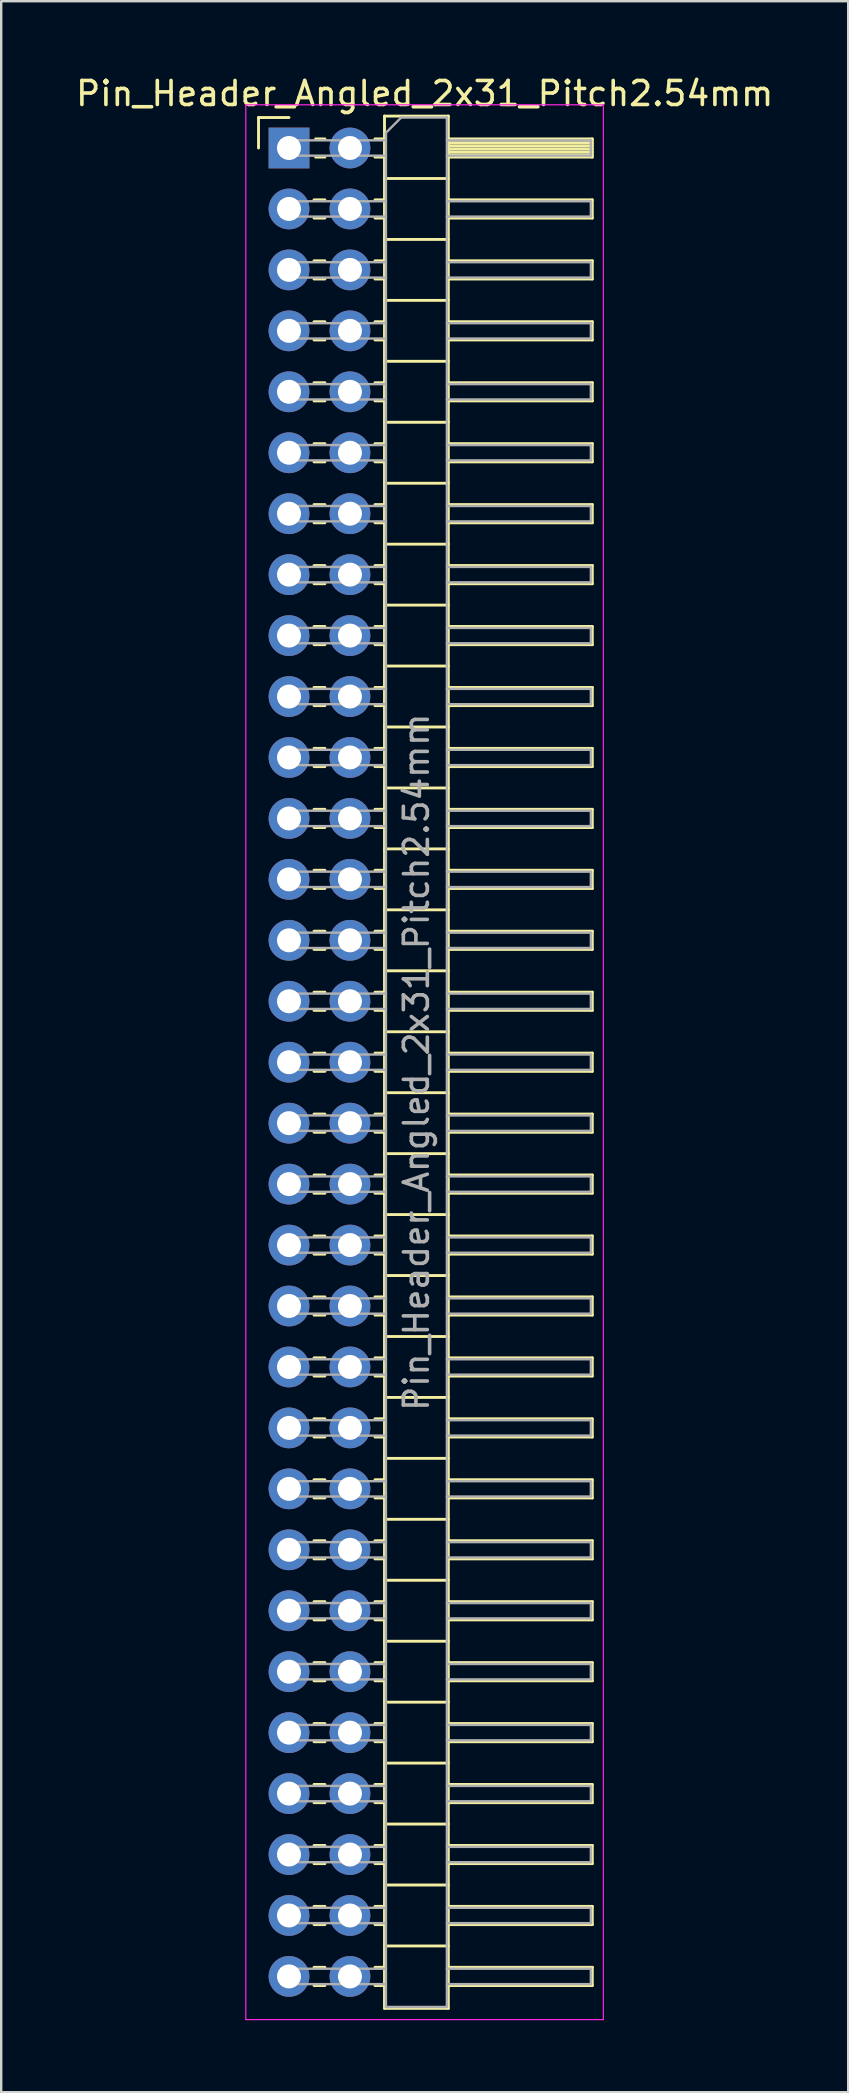
<source format=kicad_pcb>
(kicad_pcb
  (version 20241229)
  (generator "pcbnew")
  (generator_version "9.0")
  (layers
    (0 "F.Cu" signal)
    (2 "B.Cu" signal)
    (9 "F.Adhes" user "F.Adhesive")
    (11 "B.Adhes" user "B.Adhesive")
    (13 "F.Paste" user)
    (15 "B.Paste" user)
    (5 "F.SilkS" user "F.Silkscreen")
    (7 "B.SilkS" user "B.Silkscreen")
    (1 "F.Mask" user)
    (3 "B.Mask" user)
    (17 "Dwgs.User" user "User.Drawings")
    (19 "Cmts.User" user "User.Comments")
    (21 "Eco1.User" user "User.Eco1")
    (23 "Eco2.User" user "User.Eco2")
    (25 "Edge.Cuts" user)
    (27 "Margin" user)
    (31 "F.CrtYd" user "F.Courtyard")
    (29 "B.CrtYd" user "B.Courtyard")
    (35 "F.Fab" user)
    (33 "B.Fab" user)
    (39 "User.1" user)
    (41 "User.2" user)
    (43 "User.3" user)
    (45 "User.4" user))
  (footprint "Pin_Header_Angled_2x31_Pitch2.54mm"
    (layer "F.Cu")
    (at 8.994 3.118)
    (property "Reference" "Pin_Header_Angled_2x31_Pitch2.54mm" (at 5.655 -2.27 0) (layer "F.SilkS") (effects (font (size 1 1) (thickness 0.15))))
    (attr through_hole)
    (fp_line (start -1.27 -1.27) (end 0 -1.27) (stroke (width 0.12) (type solid)) (layer "F.SilkS"))
    (fp_line (start -1.27 0) (end -1.27 -1.27) (stroke (width 0.12) (type solid)) (layer "F.SilkS"))
    (fp_line (start 1.043 2.16) (end 1.497 2.16) (stroke (width 0.12) (type solid)) (layer "F.SilkS"))
    (fp_line (start 1.043 2.92) (end 1.497 2.92) (stroke (width 0.12) (type solid)) (layer "F.SilkS"))
    (fp_line (start 1.043 4.7) (end 1.497 4.7) (stroke (width 0.12) (type solid)) (layer "F.SilkS"))
    (fp_line (start 1.043 5.46) (end 1.497 5.46) (stroke (width 0.12) (type solid)) (layer "F.SilkS"))
    (fp_line (start 1.043 7.24) (end 1.497 7.24) (stroke (width 0.12) (type solid)) (layer "F.SilkS"))
    (fp_line (start 1.043 8) (end 1.497 8) (stroke (width 0.12) (type solid)) (layer "F.SilkS"))
    (fp_line (start 1.043 9.78) (end 1.497 9.78) (stroke (width 0.12) (type solid)) (layer "F.SilkS"))
    (fp_line (start 1.043 10.54) (end 1.497 10.54) (stroke (width 0.12) (type solid)) (layer "F.SilkS"))
    (fp_line (start 1.043 12.32) (end 1.497 12.32) (stroke (width 0.12) (type solid)) (layer "F.SilkS"))
    (fp_line (start 1.043 13.08) (end 1.497 13.08) (stroke (width 0.12) (type solid)) (layer "F.SilkS"))
    (fp_line (start 1.043 14.86) (end 1.497 14.86) (stroke (width 0.12) (type solid)) (layer "F.SilkS"))
    (fp_line (start 1.043 15.62) (end 1.497 15.62) (stroke (width 0.12) (type solid)) (layer "F.SilkS"))
    (fp_line (start 1.043 17.4) (end 1.497 17.4) (stroke (width 0.12) (type solid)) (layer "F.SilkS"))
    (fp_line (start 1.043 18.16) (end 1.497 18.16) (stroke (width 0.12) (type solid)) (layer "F.SilkS"))
    (fp_line (start 1.043 19.94) (end 1.497 19.94) (stroke (width 0.12) (type solid)) (layer "F.SilkS"))
    (fp_line (start 1.043 20.7) (end 1.497 20.7) (stroke (width 0.12) (type solid)) (layer "F.SilkS"))
    (fp_line (start 1.043 22.48) (end 1.497 22.48) (stroke (width 0.12) (type solid)) (layer "F.SilkS"))
    (fp_line (start 1.043 23.24) (end 1.497 23.24) (stroke (width 0.12) (type solid)) (layer "F.SilkS"))
    (fp_line (start 1.043 25.02) (end 1.497 25.02) (stroke (width 0.12) (type solid)) (layer "F.SilkS"))
    (fp_line (start 1.043 25.78) (end 1.497 25.78) (stroke (width 0.12) (type solid)) (layer "F.SilkS"))
    (fp_line (start 1.043 27.56) (end 1.497 27.56) (stroke (width 0.12) (type solid)) (layer "F.SilkS"))
    (fp_line (start 1.043 28.32) (end 1.497 28.32) (stroke (width 0.12) (type solid)) (layer "F.SilkS"))
    (fp_line (start 1.043 30.1) (end 1.497 30.1) (stroke (width 0.12) (type solid)) (layer "F.SilkS"))
    (fp_line (start 1.043 30.86) (end 1.497 30.86) (stroke (width 0.12) (type solid)) (layer "F.SilkS"))
    (fp_line (start 1.043 32.64) (end 1.497 32.64) (stroke (width 0.12) (type solid)) (layer "F.SilkS"))
    (fp_line (start 1.043 33.4) (end 1.497 33.4) (stroke (width 0.12) (type solid)) (layer "F.SilkS"))
    (fp_line (start 1.043 35.18) (end 1.497 35.18) (stroke (width 0.12) (type solid)) (layer "F.SilkS"))
    (fp_line (start 1.043 35.94) (end 1.497 35.94) (stroke (width 0.12) (type solid)) (layer "F.SilkS"))
    (fp_line (start 1.043 37.72) (end 1.497 37.72) (stroke (width 0.12) (type solid)) (layer "F.SilkS"))
    (fp_line (start 1.043 38.48) (end 1.497 38.48) (stroke (width 0.12) (type solid)) (layer "F.SilkS"))
    (fp_line (start 1.043 40.26) (end 1.497 40.26) (stroke (width 0.12) (type solid)) (layer "F.SilkS"))
    (fp_line (start 1.043 41.02) (end 1.497 41.02) (stroke (width 0.12) (type solid)) (layer "F.SilkS"))
    (fp_line (start 1.043 42.8) (end 1.497 42.8) (stroke (width 0.12) (type solid)) (layer "F.SilkS"))
    (fp_line (start 1.043 43.56) (end 1.497 43.56) (stroke (width 0.12) (type solid)) (layer "F.SilkS"))
    (fp_line (start 1.043 45.34) (end 1.497 45.34) (stroke (width 0.12) (type solid)) (layer "F.SilkS"))
    (fp_line (start 1.043 46.1) (end 1.497 46.1) (stroke (width 0.12) (type solid)) (layer "F.SilkS"))
    (fp_line (start 1.043 47.88) (end 1.497 47.88) (stroke (width 0.12) (type solid)) (layer "F.SilkS"))
    (fp_line (start 1.043 48.64) (end 1.497 48.64) (stroke (width 0.12) (type solid)) (layer "F.SilkS"))
    (fp_line (start 1.043 50.42) (end 1.497 50.42) (stroke (width 0.12) (type solid)) (layer "F.SilkS"))
    (fp_line (start 1.043 51.18) (end 1.497 51.18) (stroke (width 0.12) (type solid)) (layer "F.SilkS"))
    (fp_line (start 1.043 52.96) (end 1.497 52.96) (stroke (width 0.12) (type solid)) (layer "F.SilkS"))
    (fp_line (start 1.043 53.72) (end 1.497 53.72) (stroke (width 0.12) (type solid)) (layer "F.SilkS"))
    (fp_line (start 1.043 55.5) (end 1.497 55.5) (stroke (width 0.12) (type solid)) (layer "F.SilkS"))
    (fp_line (start 1.043 56.26) (end 1.497 56.26) (stroke (width 0.12) (type solid)) (layer "F.SilkS"))
    (fp_line (start 1.043 58.04) (end 1.497 58.04) (stroke (width 0.12) (type solid)) (layer "F.SilkS"))
    (fp_line (start 1.043 58.8) (end 1.497 58.8) (stroke (width 0.12) (type solid)) (layer "F.SilkS"))
    (fp_line (start 1.043 60.58) (end 1.497 60.58) (stroke (width 0.12) (type solid)) (layer "F.SilkS"))
    (fp_line (start 1.043 61.34) (end 1.497 61.34) (stroke (width 0.12) (type solid)) (layer "F.SilkS"))
    (fp_line (start 1.043 63.12) (end 1.497 63.12) (stroke (width 0.12) (type solid)) (layer "F.SilkS"))
    (fp_line (start 1.043 63.88) (end 1.497 63.88) (stroke (width 0.12) (type solid)) (layer "F.SilkS"))
    (fp_line (start 1.043 65.66) (end 1.497 65.66) (stroke (width 0.12) (type solid)) (layer "F.SilkS"))
    (fp_line (start 1.043 66.42) (end 1.497 66.42) (stroke (width 0.12) (type solid)) (layer "F.SilkS"))
    (fp_line (start 1.043 68.2) (end 1.497 68.2) (stroke (width 0.12) (type solid)) (layer "F.SilkS"))
    (fp_line (start 1.043 68.96) (end 1.497 68.96) (stroke (width 0.12) (type solid)) (layer "F.SilkS"))
    (fp_line (start 1.043 70.74) (end 1.497 70.74) (stroke (width 0.12) (type solid)) (layer "F.SilkS"))
    (fp_line (start 1.043 71.5) (end 1.497 71.5) (stroke (width 0.12) (type solid)) (layer "F.SilkS"))
    (fp_line (start 1.043 73.28) (end 1.497 73.28) (stroke (width 0.12) (type solid)) (layer "F.SilkS"))
    (fp_line (start 1.043 74.04) (end 1.497 74.04) (stroke (width 0.12) (type solid)) (layer "F.SilkS"))
    (fp_line (start 1.043 75.82) (end 1.497 75.82) (stroke (width 0.12) (type solid)) (layer "F.SilkS"))
    (fp_line (start 1.043 76.58) (end 1.497 76.58) (stroke (width 0.12) (type solid)) (layer "F.SilkS"))
    (fp_line (start 1.11 -0.38) (end 1.497 -0.38) (stroke (width 0.12) (type solid)) (layer "F.SilkS"))
    (fp_line (start 1.11 0.38) (end 1.497 0.38) (stroke (width 0.12) (type solid)) (layer "F.SilkS"))
    (fp_line (start 3.583 -0.38) (end 3.98 -0.38) (stroke (width 0.12) (type solid)) (layer "F.SilkS"))
    (fp_line (start 3.583 0.38) (end 3.98 0.38) (stroke (width 0.12) (type solid)) (layer "F.SilkS"))
    (fp_line (start 3.583 2.16) (end 3.98 2.16) (stroke (width 0.12) (type solid)) (layer "F.SilkS"))
    (fp_line (start 3.583 2.92) (end 3.98 2.92) (stroke (width 0.12) (type solid)) (layer "F.SilkS"))
    (fp_line (start 3.583 4.7) (end 3.98 4.7) (stroke (width 0.12) (type solid)) (layer "F.SilkS"))
    (fp_line (start 3.583 5.46) (end 3.98 5.46) (stroke (width 0.12) (type solid)) (layer "F.SilkS"))
    (fp_line (start 3.583 7.24) (end 3.98 7.24) (stroke (width 0.12) (type solid)) (layer "F.SilkS"))
    (fp_line (start 3.583 8) (end 3.98 8) (stroke (width 0.12) (type solid)) (layer "F.SilkS"))
    (fp_line (start 3.583 9.78) (end 3.98 9.78) (stroke (width 0.12) (type solid)) (layer "F.SilkS"))
    (fp_line (start 3.583 10.54) (end 3.98 10.54) (stroke (width 0.12) (type solid)) (layer "F.SilkS"))
    (fp_line (start 3.583 12.32) (end 3.98 12.32) (stroke (width 0.12) (type solid)) (layer "F.SilkS"))
    (fp_line (start 3.583 13.08) (end 3.98 13.08) (stroke (width 0.12) (type solid)) (layer "F.SilkS"))
    (fp_line (start 3.583 14.86) (end 3.98 14.86) (stroke (width 0.12) (type solid)) (layer "F.SilkS"))
    (fp_line (start 3.583 15.62) (end 3.98 15.62) (stroke (width 0.12) (type solid)) (layer "F.SilkS"))
    (fp_line (start 3.583 17.4) (end 3.98 17.4) (stroke (width 0.12) (type solid)) (layer "F.SilkS"))
    (fp_line (start 3.583 18.16) (end 3.98 18.16) (stroke (width 0.12) (type solid)) (layer "F.SilkS"))
    (fp_line (start 3.583 19.94) (end 3.98 19.94) (stroke (width 0.12) (type solid)) (layer "F.SilkS"))
    (fp_line (start 3.583 20.7) (end 3.98 20.7) (stroke (width 0.12) (type solid)) (layer "F.SilkS"))
    (fp_line (start 3.583 22.48) (end 3.98 22.48) (stroke (width 0.12) (type solid)) (layer "F.SilkS"))
    (fp_line (start 3.583 23.24) (end 3.98 23.24) (stroke (width 0.12) (type solid)) (layer "F.SilkS"))
    (fp_line (start 3.583 25.02) (end 3.98 25.02) (stroke (width 0.12) (type solid)) (layer "F.SilkS"))
    (fp_line (start 3.583 25.78) (end 3.98 25.78) (stroke (width 0.12) (type solid)) (layer "F.SilkS"))
    (fp_line (start 3.583 27.56) (end 3.98 27.56) (stroke (width 0.12) (type solid)) (layer "F.SilkS"))
    (fp_line (start 3.583 28.32) (end 3.98 28.32) (stroke (width 0.12) (type solid)) (layer "F.SilkS"))
    (fp_line (start 3.583 30.1) (end 3.98 30.1) (stroke (width 0.12) (type solid)) (layer "F.SilkS"))
    (fp_line (start 3.583 30.86) (end 3.98 30.86) (stroke (width 0.12) (type solid)) (layer "F.SilkS"))
    (fp_line (start 3.583 32.64) (end 3.98 32.64) (stroke (width 0.12) (type solid)) (layer "F.SilkS"))
    (fp_line (start 3.583 33.4) (end 3.98 33.4) (stroke (width 0.12) (type solid)) (layer "F.SilkS"))
    (fp_line (start 3.583 35.18) (end 3.98 35.18) (stroke (width 0.12) (type solid)) (layer "F.SilkS"))
    (fp_line (start 3.583 35.94) (end 3.98 35.94) (stroke (width 0.12) (type solid)) (layer "F.SilkS"))
    (fp_line (start 3.583 37.72) (end 3.98 37.72) (stroke (width 0.12) (type solid)) (layer "F.SilkS"))
    (fp_line (start 3.583 38.48) (end 3.98 38.48) (stroke (width 0.12) (type solid)) (layer "F.SilkS"))
    (fp_line (start 3.583 40.26) (end 3.98 40.26) (stroke (width 0.12) (type solid)) (layer "F.SilkS"))
    (fp_line (start 3.583 41.02) (end 3.98 41.02) (stroke (width 0.12) (type solid)) (layer "F.SilkS"))
    (fp_line (start 3.583 42.8) (end 3.98 42.8) (stroke (width 0.12) (type solid)) (layer "F.SilkS"))
    (fp_line (start 3.583 43.56) (end 3.98 43.56) (stroke (width 0.12) (type solid)) (layer "F.SilkS"))
    (fp_line (start 3.583 45.34) (end 3.98 45.34) (stroke (width 0.12) (type solid)) (layer "F.SilkS"))
    (fp_line (start 3.583 46.1) (end 3.98 46.1) (stroke (width 0.12) (type solid)) (layer "F.SilkS"))
    (fp_line (start 3.583 47.88) (end 3.98 47.88) (stroke (width 0.12) (type solid)) (layer "F.SilkS"))
    (fp_line (start 3.583 48.64) (end 3.98 48.64) (stroke (width 0.12) (type solid)) (layer "F.SilkS"))
    (fp_line (start 3.583 50.42) (end 3.98 50.42) (stroke (width 0.12) (type solid)) (layer "F.SilkS"))
    (fp_line (start 3.583 51.18) (end 3.98 51.18) (stroke (width 0.12) (type solid)) (layer "F.SilkS"))
    (fp_line (start 3.583 52.96) (end 3.98 52.96) (stroke (width 0.12) (type solid)) (layer "F.SilkS"))
    (fp_line (start 3.583 53.72) (end 3.98 53.72) (stroke (width 0.12) (type solid)) (layer "F.SilkS"))
    (fp_line (start 3.583 55.5) (end 3.98 55.5) (stroke (width 0.12) (type solid)) (layer "F.SilkS"))
    (fp_line (start 3.583 56.26) (end 3.98 56.26) (stroke (width 0.12) (type solid)) (layer "F.SilkS"))
    (fp_line (start 3.583 58.04) (end 3.98 58.04) (stroke (width 0.12) (type solid)) (layer "F.SilkS"))
    (fp_line (start 3.583 58.8) (end 3.98 58.8) (stroke (width 0.12) (type solid)) (layer "F.SilkS"))
    (fp_line (start 3.583 60.58) (end 3.98 60.58) (stroke (width 0.12) (type solid)) (layer "F.SilkS"))
    (fp_line (start 3.583 61.34) (end 3.98 61.34) (stroke (width 0.12) (type solid)) (layer "F.SilkS"))
    (fp_line (start 3.583 63.12) (end 3.98 63.12) (stroke (width 0.12) (type solid)) (layer "F.SilkS"))
    (fp_line (start 3.583 63.88) (end 3.98 63.88) (stroke (width 0.12) (type solid)) (layer "F.SilkS"))
    (fp_line (start 3.583 65.66) (end 3.98 65.66) (stroke (width 0.12) (type solid)) (layer "F.SilkS"))
    (fp_line (start 3.583 66.42) (end 3.98 66.42) (stroke (width 0.12) (type solid)) (layer "F.SilkS"))
    (fp_line (start 3.583 68.2) (end 3.98 68.2) (stroke (width 0.12) (type solid)) (layer "F.SilkS"))
    (fp_line (start 3.583 68.96) (end 3.98 68.96) (stroke (width 0.12) (type solid)) (layer "F.SilkS"))
    (fp_line (start 3.583 70.74) (end 3.98 70.74) (stroke (width 0.12) (type solid)) (layer "F.SilkS"))
    (fp_line (start 3.583 71.5) (end 3.98 71.5) (stroke (width 0.12) (type solid)) (layer "F.SilkS"))
    (fp_line (start 3.583 73.28) (end 3.98 73.28) (stroke (width 0.12) (type solid)) (layer "F.SilkS"))
    (fp_line (start 3.583 74.04) (end 3.98 74.04) (stroke (width 0.12) (type solid)) (layer "F.SilkS"))
    (fp_line (start 3.583 75.82) (end 3.98 75.82) (stroke (width 0.12) (type solid)) (layer "F.SilkS"))
    (fp_line (start 3.583 76.58) (end 3.98 76.58) (stroke (width 0.12) (type solid)) (layer "F.SilkS"))
    (fp_line (start 3.98 -1.33) (end 3.98 77.53) (stroke (width 0.12) (type solid)) (layer "F.SilkS"))
    (fp_line (start 3.98 1.27) (end 6.64 1.27) (stroke (width 0.12) (type solid)) (layer "F.SilkS"))
    (fp_line (start 3.98 3.81) (end 6.64 3.81) (stroke (width 0.12) (type solid)) (layer "F.SilkS"))
    (fp_line (start 3.98 6.35) (end 6.64 6.35) (stroke (width 0.12) (type solid)) (layer "F.SilkS"))
    (fp_line (start 3.98 8.89) (end 6.64 8.89) (stroke (width 0.12) (type solid)) (layer "F.SilkS"))
    (fp_line (start 3.98 11.43) (end 6.64 11.43) (stroke (width 0.12) (type solid)) (layer "F.SilkS"))
    (fp_line (start 3.98 13.97) (end 6.64 13.97) (stroke (width 0.12) (type solid)) (layer "F.SilkS"))
    (fp_line (start 3.98 16.51) (end 6.64 16.51) (stroke (width 0.12) (type solid)) (layer "F.SilkS"))
    (fp_line (start 3.98 19.05) (end 6.64 19.05) (stroke (width 0.12) (type solid)) (layer "F.SilkS"))
    (fp_line (start 3.98 21.59) (end 6.64 21.59) (stroke (width 0.12) (type solid)) (layer "F.SilkS"))
    (fp_line (start 3.98 24.13) (end 6.64 24.13) (stroke (width 0.12) (type solid)) (layer "F.SilkS"))
    (fp_line (start 3.98 26.67) (end 6.64 26.67) (stroke (width 0.12) (type solid)) (layer "F.SilkS"))
    (fp_line (start 3.98 29.21) (end 6.64 29.21) (stroke (width 0.12) (type solid)) (layer "F.SilkS"))
    (fp_line (start 3.98 31.75) (end 6.64 31.75) (stroke (width 0.12) (type solid)) (layer "F.SilkS"))
    (fp_line (start 3.98 34.29) (end 6.64 34.29) (stroke (width 0.12) (type solid)) (layer "F.SilkS"))
    (fp_line (start 3.98 36.83) (end 6.64 36.83) (stroke (width 0.12) (type solid)) (layer "F.SilkS"))
    (fp_line (start 3.98 39.37) (end 6.64 39.37) (stroke (width 0.12) (type solid)) (layer "F.SilkS"))
    (fp_line (start 3.98 41.91) (end 6.64 41.91) (stroke (width 0.12) (type solid)) (layer "F.SilkS"))
    (fp_line (start 3.98 44.45) (end 6.64 44.45) (stroke (width 0.12) (type solid)) (layer "F.SilkS"))
    (fp_line (start 3.98 46.99) (end 6.64 46.99) (stroke (width 0.12) (type solid)) (layer "F.SilkS"))
    (fp_line (start 3.98 49.53) (end 6.64 49.53) (stroke (width 0.12) (type solid)) (layer "F.SilkS"))
    (fp_line (start 3.98 52.07) (end 6.64 52.07) (stroke (width 0.12) (type solid)) (layer "F.SilkS"))
    (fp_line (start 3.98 54.61) (end 6.64 54.61) (stroke (width 0.12) (type solid)) (layer "F.SilkS"))
    (fp_line (start 3.98 57.15) (end 6.64 57.15) (stroke (width 0.12) (type solid)) (layer "F.SilkS"))
    (fp_line (start 3.98 59.69) (end 6.64 59.69) (stroke (width 0.12) (type solid)) (layer "F.SilkS"))
    (fp_line (start 3.98 62.23) (end 6.64 62.23) (stroke (width 0.12) (type solid)) (layer "F.SilkS"))
    (fp_line (start 3.98 64.77) (end 6.64 64.77) (stroke (width 0.12) (type solid)) (layer "F.SilkS"))
    (fp_line (start 3.98 67.31) (end 6.64 67.31) (stroke (width 0.12) (type solid)) (layer "F.SilkS"))
    (fp_line (start 3.98 69.85) (end 6.64 69.85) (stroke (width 0.12) (type solid)) (layer "F.SilkS"))
    (fp_line (start 3.98 72.39) (end 6.64 72.39) (stroke (width 0.12) (type solid)) (layer "F.SilkS"))
    (fp_line (start 3.98 74.93) (end 6.64 74.93) (stroke (width 0.12) (type solid)) (layer "F.SilkS"))
    (fp_line (start 3.98 77.53) (end 6.64 77.53) (stroke (width 0.12) (type solid)) (layer "F.SilkS"))
    (fp_line (start 6.64 -1.33) (end 3.98 -1.33) (stroke (width 0.12) (type solid)) (layer "F.SilkS"))
    (fp_line (start 6.64 -0.38) (end 12.64 -0.38) (stroke (width 0.12) (type solid)) (layer "F.SilkS"))
    (fp_line (start 6.64 -0.32) (end 12.64 -0.32) (stroke (width 0.12) (type solid)) (layer "F.SilkS"))
    (fp_line (start 6.64 -0.2) (end 12.64 -0.2) (stroke (width 0.12) (type solid)) (layer "F.SilkS"))
    (fp_line (start 6.64 -0.08) (end 12.64 -0.08) (stroke (width 0.12) (type solid)) (layer "F.SilkS"))
    (fp_line (start 6.64 0.04) (end 12.64 0.04) (stroke (width 0.12) (type solid)) (layer "F.SilkS"))
    (fp_line (start 6.64 0.16) (end 12.64 0.16) (stroke (width 0.12) (type solid)) (layer "F.SilkS"))
    (fp_line (start 6.64 0.28) (end 12.64 0.28) (stroke (width 0.12) (type solid)) (layer "F.SilkS"))
    (fp_line (start 6.64 2.16) (end 12.64 2.16) (stroke (width 0.12) (type solid)) (layer "F.SilkS"))
    (fp_line (start 6.64 4.7) (end 12.64 4.7) (stroke (width 0.12) (type solid)) (layer "F.SilkS"))
    (fp_line (start 6.64 7.24) (end 12.64 7.24) (stroke (width 0.12) (type solid)) (layer "F.SilkS"))
    (fp_line (start 6.64 9.78) (end 12.64 9.78) (stroke (width 0.12) (type solid)) (layer "F.SilkS"))
    (fp_line (start 6.64 12.32) (end 12.64 12.32) (stroke (width 0.12) (type solid)) (layer "F.SilkS"))
    (fp_line (start 6.64 14.86) (end 12.64 14.86) (stroke (width 0.12) (type solid)) (layer "F.SilkS"))
    (fp_line (start 6.64 17.4) (end 12.64 17.4) (stroke (width 0.12) (type solid)) (layer "F.SilkS"))
    (fp_line (start 6.64 19.94) (end 12.64 19.94) (stroke (width 0.12) (type solid)) (layer "F.SilkS"))
    (fp_line (start 6.64 22.48) (end 12.64 22.48) (stroke (width 0.12) (type solid)) (layer "F.SilkS"))
    (fp_line (start 6.64 25.02) (end 12.64 25.02) (stroke (width 0.12) (type solid)) (layer "F.SilkS"))
    (fp_line (start 6.64 27.56) (end 12.64 27.56) (stroke (width 0.12) (type solid)) (layer "F.SilkS"))
    (fp_line (start 6.64 30.1) (end 12.64 30.1) (stroke (width 0.12) (type solid)) (layer "F.SilkS"))
    (fp_line (start 6.64 32.64) (end 12.64 32.64) (stroke (width 0.12) (type solid)) (layer "F.SilkS"))
    (fp_line (start 6.64 35.18) (end 12.64 35.18) (stroke (width 0.12) (type solid)) (layer "F.SilkS"))
    (fp_line (start 6.64 37.72) (end 12.64 37.72) (stroke (width 0.12) (type solid)) (layer "F.SilkS"))
    (fp_line (start 6.64 40.26) (end 12.64 40.26) (stroke (width 0.12) (type solid)) (layer "F.SilkS"))
    (fp_line (start 6.64 42.8) (end 12.64 42.8) (stroke (width 0.12) (type solid)) (layer "F.SilkS"))
    (fp_line (start 6.64 45.34) (end 12.64 45.34) (stroke (width 0.12) (type solid)) (layer "F.SilkS"))
    (fp_line (start 6.64 47.88) (end 12.64 47.88) (stroke (width 0.12) (type solid)) (layer "F.SilkS"))
    (fp_line (start 6.64 50.42) (end 12.64 50.42) (stroke (width 0.12) (type solid)) (layer "F.SilkS"))
    (fp_line (start 6.64 52.96) (end 12.64 52.96) (stroke (width 0.12) (type solid)) (layer "F.SilkS"))
    (fp_line (start 6.64 55.5) (end 12.64 55.5) (stroke (width 0.12) (type solid)) (layer "F.SilkS"))
    (fp_line (start 6.64 58.04) (end 12.64 58.04) (stroke (width 0.12) (type solid)) (layer "F.SilkS"))
    (fp_line (start 6.64 60.58) (end 12.64 60.58) (stroke (width 0.12) (type solid)) (layer "F.SilkS"))
    (fp_line (start 6.64 63.12) (end 12.64 63.12) (stroke (width 0.12) (type solid)) (layer "F.SilkS"))
    (fp_line (start 6.64 65.66) (end 12.64 65.66) (stroke (width 0.12) (type solid)) (layer "F.SilkS"))
    (fp_line (start 6.64 68.2) (end 12.64 68.2) (stroke (width 0.12) (type solid)) (layer "F.SilkS"))
    (fp_line (start 6.64 70.74) (end 12.64 70.74) (stroke (width 0.12) (type solid)) (layer "F.SilkS"))
    (fp_line (start 6.64 73.28) (end 12.64 73.28) (stroke (width 0.12) (type solid)) (layer "F.SilkS"))
    (fp_line (start 6.64 75.82) (end 12.64 75.82) (stroke (width 0.12) (type solid)) (layer "F.SilkS"))
    (fp_line (start 6.64 77.53) (end 6.64 -1.33) (stroke (width 0.12) (type solid)) (layer "F.SilkS"))
    (fp_line (start 12.64 -0.38) (end 12.64 0.38) (stroke (width 0.12) (type solid)) (layer "F.SilkS"))
    (fp_line (start 12.64 0.38) (end 6.64 0.38) (stroke (width 0.12) (type solid)) (layer "F.SilkS"))
    (fp_line (start 12.64 2.16) (end 12.64 2.92) (stroke (width 0.12) (type solid)) (layer "F.SilkS"))
    (fp_line (start 12.64 2.92) (end 6.64 2.92) (stroke (width 0.12) (type solid)) (layer "F.SilkS"))
    (fp_line (start 12.64 4.7) (end 12.64 5.46) (stroke (width 0.12) (type solid)) (layer "F.SilkS"))
    (fp_line (start 12.64 5.46) (end 6.64 5.46) (stroke (width 0.12) (type solid)) (layer "F.SilkS"))
    (fp_line (start 12.64 7.24) (end 12.64 8) (stroke (width 0.12) (type solid)) (layer "F.SilkS"))
    (fp_line (start 12.64 8) (end 6.64 8) (stroke (width 0.12) (type solid)) (layer "F.SilkS"))
    (fp_line (start 12.64 9.78) (end 12.64 10.54) (stroke (width 0.12) (type solid)) (layer "F.SilkS"))
    (fp_line (start 12.64 10.54) (end 6.64 10.54) (stroke (width 0.12) (type solid)) (layer "F.SilkS"))
    (fp_line (start 12.64 12.32) (end 12.64 13.08) (stroke (width 0.12) (type solid)) (layer "F.SilkS"))
    (fp_line (start 12.64 13.08) (end 6.64 13.08) (stroke (width 0.12) (type solid)) (layer "F.SilkS"))
    (fp_line (start 12.64 14.86) (end 12.64 15.62) (stroke (width 0.12) (type solid)) (layer "F.SilkS"))
    (fp_line (start 12.64 15.62) (end 6.64 15.62) (stroke (width 0.12) (type solid)) (layer "F.SilkS"))
    (fp_line (start 12.64 17.4) (end 12.64 18.16) (stroke (width 0.12) (type solid)) (layer "F.SilkS"))
    (fp_line (start 12.64 18.16) (end 6.64 18.16) (stroke (width 0.12) (type solid)) (layer "F.SilkS"))
    (fp_line (start 12.64 19.94) (end 12.64 20.7) (stroke (width 0.12) (type solid)) (layer "F.SilkS"))
    (fp_line (start 12.64 20.7) (end 6.64 20.7) (stroke (width 0.12) (type solid)) (layer "F.SilkS"))
    (fp_line (start 12.64 22.48) (end 12.64 23.24) (stroke (width 0.12) (type solid)) (layer "F.SilkS"))
    (fp_line (start 12.64 23.24) (end 6.64 23.24) (stroke (width 0.12) (type solid)) (layer "F.SilkS"))
    (fp_line (start 12.64 25.02) (end 12.64 25.78) (stroke (width 0.12) (type solid)) (layer "F.SilkS"))
    (fp_line (start 12.64 25.78) (end 6.64 25.78) (stroke (width 0.12) (type solid)) (layer "F.SilkS"))
    (fp_line (start 12.64 27.56) (end 12.64 28.32) (stroke (width 0.12) (type solid)) (layer "F.SilkS"))
    (fp_line (start 12.64 28.32) (end 6.64 28.32) (stroke (width 0.12) (type solid)) (layer "F.SilkS"))
    (fp_line (start 12.64 30.1) (end 12.64 30.86) (stroke (width 0.12) (type solid)) (layer "F.SilkS"))
    (fp_line (start 12.64 30.86) (end 6.64 30.86) (stroke (width 0.12) (type solid)) (layer "F.SilkS"))
    (fp_line (start 12.64 32.64) (end 12.64 33.4) (stroke (width 0.12) (type solid)) (layer "F.SilkS"))
    (fp_line (start 12.64 33.4) (end 6.64 33.4) (stroke (width 0.12) (type solid)) (layer "F.SilkS"))
    (fp_line (start 12.64 35.18) (end 12.64 35.94) (stroke (width 0.12) (type solid)) (layer "F.SilkS"))
    (fp_line (start 12.64 35.94) (end 6.64 35.94) (stroke (width 0.12) (type solid)) (layer "F.SilkS"))
    (fp_line (start 12.64 37.72) (end 12.64 38.48) (stroke (width 0.12) (type solid)) (layer "F.SilkS"))
    (fp_line (start 12.64 38.48) (end 6.64 38.48) (stroke (width 0.12) (type solid)) (layer "F.SilkS"))
    (fp_line (start 12.64 40.26) (end 12.64 41.02) (stroke (width 0.12) (type solid)) (layer "F.SilkS"))
    (fp_line (start 12.64 41.02) (end 6.64 41.02) (stroke (width 0.12) (type solid)) (layer "F.SilkS"))
    (fp_line (start 12.64 42.8) (end 12.64 43.56) (stroke (width 0.12) (type solid)) (layer "F.SilkS"))
    (fp_line (start 12.64 43.56) (end 6.64 43.56) (stroke (width 0.12) (type solid)) (layer "F.SilkS"))
    (fp_line (start 12.64 45.34) (end 12.64 46.1) (stroke (width 0.12) (type solid)) (layer "F.SilkS"))
    (fp_line (start 12.64 46.1) (end 6.64 46.1) (stroke (width 0.12) (type solid)) (layer "F.SilkS"))
    (fp_line (start 12.64 47.88) (end 12.64 48.64) (stroke (width 0.12) (type solid)) (layer "F.SilkS"))
    (fp_line (start 12.64 48.64) (end 6.64 48.64) (stroke (width 0.12) (type solid)) (layer "F.SilkS"))
    (fp_line (start 12.64 50.42) (end 12.64 51.18) (stroke (width 0.12) (type solid)) (layer "F.SilkS"))
    (fp_line (start 12.64 51.18) (end 6.64 51.18) (stroke (width 0.12) (type solid)) (layer "F.SilkS"))
    (fp_line (start 12.64 52.96) (end 12.64 53.72) (stroke (width 0.12) (type solid)) (layer "F.SilkS"))
    (fp_line (start 12.64 53.72) (end 6.64 53.72) (stroke (width 0.12) (type solid)) (layer "F.SilkS"))
    (fp_line (start 12.64 55.5) (end 12.64 56.26) (stroke (width 0.12) (type solid)) (layer "F.SilkS"))
    (fp_line (start 12.64 56.26) (end 6.64 56.26) (stroke (width 0.12) (type solid)) (layer "F.SilkS"))
    (fp_line (start 12.64 58.04) (end 12.64 58.8) (stroke (width 0.12) (type solid)) (layer "F.SilkS"))
    (fp_line (start 12.64 58.8) (end 6.64 58.8) (stroke (width 0.12) (type solid)) (layer "F.SilkS"))
    (fp_line (start 12.64 60.58) (end 12.64 61.34) (stroke (width 0.12) (type solid)) (layer "F.SilkS"))
    (fp_line (start 12.64 61.34) (end 6.64 61.34) (stroke (width 0.12) (type solid)) (layer "F.SilkS"))
    (fp_line (start 12.64 63.12) (end 12.64 63.88) (stroke (width 0.12) (type solid)) (layer "F.SilkS"))
    (fp_line (start 12.64 63.88) (end 6.64 63.88) (stroke (width 0.12) (type solid)) (layer "F.SilkS"))
    (fp_line (start 12.64 65.66) (end 12.64 66.42) (stroke (width 0.12) (type solid)) (layer "F.SilkS"))
    (fp_line (start 12.64 66.42) (end 6.64 66.42) (stroke (width 0.12) (type solid)) (layer "F.SilkS"))
    (fp_line (start 12.64 68.2) (end 12.64 68.96) (stroke (width 0.12) (type solid)) (layer "F.SilkS"))
    (fp_line (start 12.64 68.96) (end 6.64 68.96) (stroke (width 0.12) (type solid)) (layer "F.SilkS"))
    (fp_line (start 12.64 70.74) (end 12.64 71.5) (stroke (width 0.12) (type solid)) (layer "F.SilkS"))
    (fp_line (start 12.64 71.5) (end 6.64 71.5) (stroke (width 0.12) (type solid)) (layer "F.SilkS"))
    (fp_line (start 12.64 73.28) (end 12.64 74.04) (stroke (width 0.12) (type solid)) (layer "F.SilkS"))
    (fp_line (start 12.64 74.04) (end 6.64 74.04) (stroke (width 0.12) (type solid)) (layer "F.SilkS"))
    (fp_line (start 12.64 75.82) (end 12.64 76.58) (stroke (width 0.12) (type solid)) (layer "F.SilkS"))
    (fp_line (start 12.64 76.58) (end 6.64 76.58) (stroke (width 0.12) (type solid)) (layer "F.SilkS"))
    (fp_line (start -1.8 -1.8) (end -1.8 78) (stroke (width 0.05) (type solid)) (layer "F.CrtYd"))
    (fp_line (start -1.8 78) (end 13.1 78) (stroke (width 0.05) (type solid)) (layer "F.CrtYd"))
    (fp_line (start 13.1 -1.8) (end -1.8 -1.8) (stroke (width 0.05) (type solid)) (layer "F.CrtYd"))
    (fp_line (start 13.1 78) (end 13.1 -1.8) (stroke (width 0.05) (type solid)) (layer "F.CrtYd"))
    (fp_line (start -0.32 -0.32) (end -0.32 0.32) (stroke (width 0.1) (type solid)) (layer "F.Fab"))
    (fp_line (start -0.32 -0.32) (end 4.04 -0.32) (stroke (width 0.1) (type solid)) (layer "F.Fab"))
    (fp_line (start -0.32 0.32) (end 4.04 0.32) (stroke (width 0.1) (type solid)) (layer "F.Fab"))
    (fp_line (start -0.32 2.22) (end -0.32 2.86) (stroke (width 0.1) (type solid)) (layer "F.Fab"))
    (fp_line (start -0.32 2.22) (end 4.04 2.22) (stroke (width 0.1) (type solid)) (layer "F.Fab"))
    (fp_line (start -0.32 2.86) (end 4.04 2.86) (stroke (width 0.1) (type solid)) (layer "F.Fab"))
    (fp_line (start -0.32 4.76) (end -0.32 5.4) (stroke (width 0.1) (type solid)) (layer "F.Fab"))
    (fp_line (start -0.32 4.76) (end 4.04 4.76) (stroke (width 0.1) (type solid)) (layer "F.Fab"))
    (fp_line (start -0.32 5.4) (end 4.04 5.4) (stroke (width 0.1) (type solid)) (layer "F.Fab"))
    (fp_line (start -0.32 7.3) (end -0.32 7.94) (stroke (width 0.1) (type solid)) (layer "F.Fab"))
    (fp_line (start -0.32 7.3) (end 4.04 7.3) (stroke (width 0.1) (type solid)) (layer "F.Fab"))
    (fp_line (start -0.32 7.94) (end 4.04 7.94) (stroke (width 0.1) (type solid)) (layer "F.Fab"))
    (fp_line (start -0.32 9.84) (end -0.32 10.48) (stroke (width 0.1) (type solid)) (layer "F.Fab"))
    (fp_line (start -0.32 9.84) (end 4.04 9.84) (stroke (width 0.1) (type solid)) (layer "F.Fab"))
    (fp_line (start -0.32 10.48) (end 4.04 10.48) (stroke (width 0.1) (type solid)) (layer "F.Fab"))
    (fp_line (start -0.32 12.38) (end -0.32 13.02) (stroke (width 0.1) (type solid)) (layer "F.Fab"))
    (fp_line (start -0.32 12.38) (end 4.04 12.38) (stroke (width 0.1) (type solid)) (layer "F.Fab"))
    (fp_line (start -0.32 13.02) (end 4.04 13.02) (stroke (width 0.1) (type solid)) (layer "F.Fab"))
    (fp_line (start -0.32 14.92) (end -0.32 15.56) (stroke (width 0.1) (type solid)) (layer "F.Fab"))
    (fp_line (start -0.32 14.92) (end 4.04 14.92) (stroke (width 0.1) (type solid)) (layer "F.Fab"))
    (fp_line (start -0.32 15.56) (end 4.04 15.56) (stroke (width 0.1) (type solid)) (layer "F.Fab"))
    (fp_line (start -0.32 17.46) (end -0.32 18.1) (stroke (width 0.1) (type solid)) (layer "F.Fab"))
    (fp_line (start -0.32 17.46) (end 4.04 17.46) (stroke (width 0.1) (type solid)) (layer "F.Fab"))
    (fp_line (start -0.32 18.1) (end 4.04 18.1) (stroke (width 0.1) (type solid)) (layer "F.Fab"))
    (fp_line (start -0.32 20) (end -0.32 20.64) (stroke (width 0.1) (type solid)) (layer "F.Fab"))
    (fp_line (start -0.32 20) (end 4.04 20) (stroke (width 0.1) (type solid)) (layer "F.Fab"))
    (fp_line (start -0.32 20.64) (end 4.04 20.64) (stroke (width 0.1) (type solid)) (layer "F.Fab"))
    (fp_line (start -0.32 22.54) (end -0.32 23.18) (stroke (width 0.1) (type solid)) (layer "F.Fab"))
    (fp_line (start -0.32 22.54) (end 4.04 22.54) (stroke (width 0.1) (type solid)) (layer "F.Fab"))
    (fp_line (start -0.32 23.18) (end 4.04 23.18) (stroke (width 0.1) (type solid)) (layer "F.Fab"))
    (fp_line (start -0.32 25.08) (end -0.32 25.72) (stroke (width 0.1) (type solid)) (layer "F.Fab"))
    (fp_line (start -0.32 25.08) (end 4.04 25.08) (stroke (width 0.1) (type solid)) (layer "F.Fab"))
    (fp_line (start -0.32 25.72) (end 4.04 25.72) (stroke (width 0.1) (type solid)) (layer "F.Fab"))
    (fp_line (start -0.32 27.62) (end -0.32 28.26) (stroke (width 0.1) (type solid)) (layer "F.Fab"))
    (fp_line (start -0.32 27.62) (end 4.04 27.62) (stroke (width 0.1) (type solid)) (layer "F.Fab"))
    (fp_line (start -0.32 28.26) (end 4.04 28.26) (stroke (width 0.1) (type solid)) (layer "F.Fab"))
    (fp_line (start -0.32 30.16) (end -0.32 30.8) (stroke (width 0.1) (type solid)) (layer "F.Fab"))
    (fp_line (start -0.32 30.16) (end 4.04 30.16) (stroke (width 0.1) (type solid)) (layer "F.Fab"))
    (fp_line (start -0.32 30.8) (end 4.04 30.8) (stroke (width 0.1) (type solid)) (layer "F.Fab"))
    (fp_line (start -0.32 32.7) (end -0.32 33.34) (stroke (width 0.1) (type solid)) (layer "F.Fab"))
    (fp_line (start -0.32 32.7) (end 4.04 32.7) (stroke (width 0.1) (type solid)) (layer "F.Fab"))
    (fp_line (start -0.32 33.34) (end 4.04 33.34) (stroke (width 0.1) (type solid)) (layer "F.Fab"))
    (fp_line (start -0.32 35.24) (end -0.32 35.88) (stroke (width 0.1) (type solid)) (layer "F.Fab"))
    (fp_line (start -0.32 35.24) (end 4.04 35.24) (stroke (width 0.1) (type solid)) (layer "F.Fab"))
    (fp_line (start -0.32 35.88) (end 4.04 35.88) (stroke (width 0.1) (type solid)) (layer "F.Fab"))
    (fp_line (start -0.32 37.78) (end -0.32 38.42) (stroke (width 0.1) (type solid)) (layer "F.Fab"))
    (fp_line (start -0.32 37.78) (end 4.04 37.78) (stroke (width 0.1) (type solid)) (layer "F.Fab"))
    (fp_line (start -0.32 38.42) (end 4.04 38.42) (stroke (width 0.1) (type solid)) (layer "F.Fab"))
    (fp_line (start -0.32 40.32) (end -0.32 40.96) (stroke (width 0.1) (type solid)) (layer "F.Fab"))
    (fp_line (start -0.32 40.32) (end 4.04 40.32) (stroke (width 0.1) (type solid)) (layer "F.Fab"))
    (fp_line (start -0.32 40.96) (end 4.04 40.96) (stroke (width 0.1) (type solid)) (layer "F.Fab"))
    (fp_line (start -0.32 42.86) (end -0.32 43.5) (stroke (width 0.1) (type solid)) (layer "F.Fab"))
    (fp_line (start -0.32 42.86) (end 4.04 42.86) (stroke (width 0.1) (type solid)) (layer "F.Fab"))
    (fp_line (start -0.32 43.5) (end 4.04 43.5) (stroke (width 0.1) (type solid)) (layer "F.Fab"))
    (fp_line (start -0.32 45.4) (end -0.32 46.04) (stroke (width 0.1) (type solid)) (layer "F.Fab"))
    (fp_line (start -0.32 45.4) (end 4.04 45.4) (stroke (width 0.1) (type solid)) (layer "F.Fab"))
    (fp_line (start -0.32 46.04) (end 4.04 46.04) (stroke (width 0.1) (type solid)) (layer "F.Fab"))
    (fp_line (start -0.32 47.94) (end -0.32 48.58) (stroke (width 0.1) (type solid)) (layer "F.Fab"))
    (fp_line (start -0.32 47.94) (end 4.04 47.94) (stroke (width 0.1) (type solid)) (layer "F.Fab"))
    (fp_line (start -0.32 48.58) (end 4.04 48.58) (stroke (width 0.1) (type solid)) (layer "F.Fab"))
    (fp_line (start -0.32 50.48) (end -0.32 51.12) (stroke (width 0.1) (type solid)) (layer "F.Fab"))
    (fp_line (start -0.32 50.48) (end 4.04 50.48) (stroke (width 0.1) (type solid)) (layer "F.Fab"))
    (fp_line (start -0.32 51.12) (end 4.04 51.12) (stroke (width 0.1) (type solid)) (layer "F.Fab"))
    (fp_line (start -0.32 53.02) (end -0.32 53.66) (stroke (width 0.1) (type solid)) (layer "F.Fab"))
    (fp_line (start -0.32 53.02) (end 4.04 53.02) (stroke (width 0.1) (type solid)) (layer "F.Fab"))
    (fp_line (start -0.32 53.66) (end 4.04 53.66) (stroke (width 0.1) (type solid)) (layer "F.Fab"))
    (fp_line (start -0.32 55.56) (end -0.32 56.2) (stroke (width 0.1) (type solid)) (layer "F.Fab"))
    (fp_line (start -0.32 55.56) (end 4.04 55.56) (stroke (width 0.1) (type solid)) (layer "F.Fab"))
    (fp_line (start -0.32 56.2) (end 4.04 56.2) (stroke (width 0.1) (type solid)) (layer "F.Fab"))
    (fp_line (start -0.32 58.1) (end -0.32 58.74) (stroke (width 0.1) (type solid)) (layer "F.Fab"))
    (fp_line (start -0.32 58.1) (end 4.04 58.1) (stroke (width 0.1) (type solid)) (layer "F.Fab"))
    (fp_line (start -0.32 58.74) (end 4.04 58.74) (stroke (width 0.1) (type solid)) (layer "F.Fab"))
    (fp_line (start -0.32 60.64) (end -0.32 61.28) (stroke (width 0.1) (type solid)) (layer "F.Fab"))
    (fp_line (start -0.32 60.64) (end 4.04 60.64) (stroke (width 0.1) (type solid)) (layer "F.Fab"))
    (fp_line (start -0.32 61.28) (end 4.04 61.28) (stroke (width 0.1) (type solid)) (layer "F.Fab"))
    (fp_line (start -0.32 63.18) (end -0.32 63.82) (stroke (width 0.1) (type solid)) (layer "F.Fab"))
    (fp_line (start -0.32 63.18) (end 4.04 63.18) (stroke (width 0.1) (type solid)) (layer "F.Fab"))
    (fp_line (start -0.32 63.82) (end 4.04 63.82) (stroke (width 0.1) (type solid)) (layer "F.Fab"))
    (fp_line (start -0.32 65.72) (end -0.32 66.36) (stroke (width 0.1) (type solid)) (layer "F.Fab"))
    (fp_line (start -0.32 65.72) (end 4.04 65.72) (stroke (width 0.1) (type solid)) (layer "F.Fab"))
    (fp_line (start -0.32 66.36) (end 4.04 66.36) (stroke (width 0.1) (type solid)) (layer "F.Fab"))
    (fp_line (start -0.32 68.26) (end -0.32 68.9) (stroke (width 0.1) (type solid)) (layer "F.Fab"))
    (fp_line (start -0.32 68.26) (end 4.04 68.26) (stroke (width 0.1) (type solid)) (layer "F.Fab"))
    (fp_line (start -0.32 68.9) (end 4.04 68.9) (stroke (width 0.1) (type solid)) (layer "F.Fab"))
    (fp_line (start -0.32 70.8) (end -0.32 71.44) (stroke (width 0.1) (type solid)) (layer "F.Fab"))
    (fp_line (start -0.32 70.8) (end 4.04 70.8) (stroke (width 0.1) (type solid)) (layer "F.Fab"))
    (fp_line (start -0.32 71.44) (end 4.04 71.44) (stroke (width 0.1) (type solid)) (layer "F.Fab"))
    (fp_line (start -0.32 73.34) (end -0.32 73.98) (stroke (width 0.1) (type solid)) (layer "F.Fab"))
    (fp_line (start -0.32 73.34) (end 4.04 73.34) (stroke (width 0.1) (type solid)) (layer "F.Fab"))
    (fp_line (start -0.32 73.98) (end 4.04 73.98) (stroke (width 0.1) (type solid)) (layer "F.Fab"))
    (fp_line (start -0.32 75.88) (end -0.32 76.52) (stroke (width 0.1) (type solid)) (layer "F.Fab"))
    (fp_line (start -0.32 75.88) (end 4.04 75.88) (stroke (width 0.1) (type solid)) (layer "F.Fab"))
    (fp_line (start -0.32 76.52) (end 4.04 76.52) (stroke (width 0.1) (type solid)) (layer "F.Fab"))
    (fp_line (start 4.04 -0.635) (end 4.675 -1.27) (stroke (width 0.1) (type solid)) (layer "F.Fab"))
    (fp_line (start 4.04 77.47) (end 4.04 -0.635) (stroke (width 0.1) (type solid)) (layer "F.Fab"))
    (fp_line (start 4.675 -1.27) (end 6.58 -1.27) (stroke (width 0.1) (type solid)) (layer "F.Fab"))
    (fp_line (start 6.58 -1.27) (end 6.58 77.47) (stroke (width 0.1) (type solid)) (layer "F.Fab"))
    (fp_line (start 6.58 -0.32) (end 12.58 -0.32) (stroke (width 0.1) (type solid)) (layer "F.Fab"))
    (fp_line (start 6.58 0.32) (end 12.58 0.32) (stroke (width 0.1) (type solid)) (layer "F.Fab"))
    (fp_line (start 6.58 2.22) (end 12.58 2.22) (stroke (width 0.1) (type solid)) (layer "F.Fab"))
    (fp_line (start 6.58 2.86) (end 12.58 2.86) (stroke (width 0.1) (type solid)) (layer "F.Fab"))
    (fp_line (start 6.58 4.76) (end 12.58 4.76) (stroke (width 0.1) (type solid)) (layer "F.Fab"))
    (fp_line (start 6.58 5.4) (end 12.58 5.4) (stroke (width 0.1) (type solid)) (layer "F.Fab"))
    (fp_line (start 6.58 7.3) (end 12.58 7.3) (stroke (width 0.1) (type solid)) (layer "F.Fab"))
    (fp_line (start 6.58 7.94) (end 12.58 7.94) (stroke (width 0.1) (type solid)) (layer "F.Fab"))
    (fp_line (start 6.58 9.84) (end 12.58 9.84) (stroke (width 0.1) (type solid)) (layer "F.Fab"))
    (fp_line (start 6.58 10.48) (end 12.58 10.48) (stroke (width 0.1) (type solid)) (layer "F.Fab"))
    (fp_line (start 6.58 12.38) (end 12.58 12.38) (stroke (width 0.1) (type solid)) (layer "F.Fab"))
    (fp_line (start 6.58 13.02) (end 12.58 13.02) (stroke (width 0.1) (type solid)) (layer "F.Fab"))
    (fp_line (start 6.58 14.92) (end 12.58 14.92) (stroke (width 0.1) (type solid)) (layer "F.Fab"))
    (fp_line (start 6.58 15.56) (end 12.58 15.56) (stroke (width 0.1) (type solid)) (layer "F.Fab"))
    (fp_line (start 6.58 17.46) (end 12.58 17.46) (stroke (width 0.1) (type solid)) (layer "F.Fab"))
    (fp_line (start 6.58 18.1) (end 12.58 18.1) (stroke (width 0.1) (type solid)) (layer "F.Fab"))
    (fp_line (start 6.58 20) (end 12.58 20) (stroke (width 0.1) (type solid)) (layer "F.Fab"))
    (fp_line (start 6.58 20.64) (end 12.58 20.64) (stroke (width 0.1) (type solid)) (layer "F.Fab"))
    (fp_line (start 6.58 22.54) (end 12.58 22.54) (stroke (width 0.1) (type solid)) (layer "F.Fab"))
    (fp_line (start 6.58 23.18) (end 12.58 23.18) (stroke (width 0.1) (type solid)) (layer "F.Fab"))
    (fp_line (start 6.58 25.08) (end 12.58 25.08) (stroke (width 0.1) (type solid)) (layer "F.Fab"))
    (fp_line (start 6.58 25.72) (end 12.58 25.72) (stroke (width 0.1) (type solid)) (layer "F.Fab"))
    (fp_line (start 6.58 27.62) (end 12.58 27.62) (stroke (width 0.1) (type solid)) (layer "F.Fab"))
    (fp_line (start 6.58 28.26) (end 12.58 28.26) (stroke (width 0.1) (type solid)) (layer "F.Fab"))
    (fp_line (start 6.58 30.16) (end 12.58 30.16) (stroke (width 0.1) (type solid)) (layer "F.Fab"))
    (fp_line (start 6.58 30.8) (end 12.58 30.8) (stroke (width 0.1) (type solid)) (layer "F.Fab"))
    (fp_line (start 6.58 32.7) (end 12.58 32.7) (stroke (width 0.1) (type solid)) (layer "F.Fab"))
    (fp_line (start 6.58 33.34) (end 12.58 33.34) (stroke (width 0.1) (type solid)) (layer "F.Fab"))
    (fp_line (start 6.58 35.24) (end 12.58 35.24) (stroke (width 0.1) (type solid)) (layer "F.Fab"))
    (fp_line (start 6.58 35.88) (end 12.58 35.88) (stroke (width 0.1) (type solid)) (layer "F.Fab"))
    (fp_line (start 6.58 37.78) (end 12.58 37.78) (stroke (width 0.1) (type solid)) (layer "F.Fab"))
    (fp_line (start 6.58 38.42) (end 12.58 38.42) (stroke (width 0.1) (type solid)) (layer "F.Fab"))
    (fp_line (start 6.58 40.32) (end 12.58 40.32) (stroke (width 0.1) (type solid)) (layer "F.Fab"))
    (fp_line (start 6.58 40.96) (end 12.58 40.96) (stroke (width 0.1) (type solid)) (layer "F.Fab"))
    (fp_line (start 6.58 42.86) (end 12.58 42.86) (stroke (width 0.1) (type solid)) (layer "F.Fab"))
    (fp_line (start 6.58 43.5) (end 12.58 43.5) (stroke (width 0.1) (type solid)) (layer "F.Fab"))
    (fp_line (start 6.58 45.4) (end 12.58 45.4) (stroke (width 0.1) (type solid)) (layer "F.Fab"))
    (fp_line (start 6.58 46.04) (end 12.58 46.04) (stroke (width 0.1) (type solid)) (layer "F.Fab"))
    (fp_line (start 6.58 47.94) (end 12.58 47.94) (stroke (width 0.1) (type solid)) (layer "F.Fab"))
    (fp_line (start 6.58 48.58) (end 12.58 48.58) (stroke (width 0.1) (type solid)) (layer "F.Fab"))
    (fp_line (start 6.58 50.48) (end 12.58 50.48) (stroke (width 0.1) (type solid)) (layer "F.Fab"))
    (fp_line (start 6.58 51.12) (end 12.58 51.12) (stroke (width 0.1) (type solid)) (layer "F.Fab"))
    (fp_line (start 6.58 53.02) (end 12.58 53.02) (stroke (width 0.1) (type solid)) (layer "F.Fab"))
    (fp_line (start 6.58 53.66) (end 12.58 53.66) (stroke (width 0.1) (type solid)) (layer "F.Fab"))
    (fp_line (start 6.58 55.56) (end 12.58 55.56) (stroke (width 0.1) (type solid)) (layer "F.Fab"))
    (fp_line (start 6.58 56.2) (end 12.58 56.2) (stroke (width 0.1) (type solid)) (layer "F.Fab"))
    (fp_line (start 6.58 58.1) (end 12.58 58.1) (stroke (width 0.1) (type solid)) (layer "F.Fab"))
    (fp_line (start 6.58 58.74) (end 12.58 58.74) (stroke (width 0.1) (type solid)) (layer "F.Fab"))
    (fp_line (start 6.58 60.64) (end 12.58 60.64) (stroke (width 0.1) (type solid)) (layer "F.Fab"))
    (fp_line (start 6.58 61.28) (end 12.58 61.28) (stroke (width 0.1) (type solid)) (layer "F.Fab"))
    (fp_line (start 6.58 63.18) (end 12.58 63.18) (stroke (width 0.1) (type solid)) (layer "F.Fab"))
    (fp_line (start 6.58 63.82) (end 12.58 63.82) (stroke (width 0.1) (type solid)) (layer "F.Fab"))
    (fp_line (start 6.58 65.72) (end 12.58 65.72) (stroke (width 0.1) (type solid)) (layer "F.Fab"))
    (fp_line (start 6.58 66.36) (end 12.58 66.36) (stroke (width 0.1) (type solid)) (layer "F.Fab"))
    (fp_line (start 6.58 68.26) (end 12.58 68.26) (stroke (width 0.1) (type solid)) (layer "F.Fab"))
    (fp_line (start 6.58 68.9) (end 12.58 68.9) (stroke (width 0.1) (type solid)) (layer "F.Fab"))
    (fp_line (start 6.58 70.8) (end 12.58 70.8) (stroke (width 0.1) (type solid)) (layer "F.Fab"))
    (fp_line (start 6.58 71.44) (end 12.58 71.44) (stroke (width 0.1) (type solid)) (layer "F.Fab"))
    (fp_line (start 6.58 73.34) (end 12.58 73.34) (stroke (width 0.1) (type solid)) (layer "F.Fab"))
    (fp_line (start 6.58 73.98) (end 12.58 73.98) (stroke (width 0.1) (type solid)) (layer "F.Fab"))
    (fp_line (start 6.58 75.88) (end 12.58 75.88) (stroke (width 0.1) (type solid)) (layer "F.Fab"))
    (fp_line (start 6.58 76.52) (end 12.58 76.52) (stroke (width 0.1) (type solid)) (layer "F.Fab"))
    (fp_line (start 6.58 77.47) (end 4.04 77.47) (stroke (width 0.1) (type solid)) (layer "F.Fab"))
    (fp_line (start 12.58 -0.32) (end 12.58 0.32) (stroke (width 0.1) (type solid)) (layer "F.Fab"))
    (fp_line (start 12.58 2.22) (end 12.58 2.86) (stroke (width 0.1) (type solid)) (layer "F.Fab"))
    (fp_line (start 12.58 4.76) (end 12.58 5.4) (stroke (width 0.1) (type solid)) (layer "F.Fab"))
    (fp_line (start 12.58 7.3) (end 12.58 7.94) (stroke (width 0.1) (type solid)) (layer "F.Fab"))
    (fp_line (start 12.58 9.84) (end 12.58 10.48) (stroke (width 0.1) (type solid)) (layer "F.Fab"))
    (fp_line (start 12.58 12.38) (end 12.58 13.02) (stroke (width 0.1) (type solid)) (layer "F.Fab"))
    (fp_line (start 12.58 14.92) (end 12.58 15.56) (stroke (width 0.1) (type solid)) (layer "F.Fab"))
    (fp_line (start 12.58 17.46) (end 12.58 18.1) (stroke (width 0.1) (type solid)) (layer "F.Fab"))
    (fp_line (start 12.58 20) (end 12.58 20.64) (stroke (width 0.1) (type solid)) (layer "F.Fab"))
    (fp_line (start 12.58 22.54) (end 12.58 23.18) (stroke (width 0.1) (type solid)) (layer "F.Fab"))
    (fp_line (start 12.58 25.08) (end 12.58 25.72) (stroke (width 0.1) (type solid)) (layer "F.Fab"))
    (fp_line (start 12.58 27.62) (end 12.58 28.26) (stroke (width 0.1) (type solid)) (layer "F.Fab"))
    (fp_line (start 12.58 30.16) (end 12.58 30.8) (stroke (width 0.1) (type solid)) (layer "F.Fab"))
    (fp_line (start 12.58 32.7) (end 12.58 33.34) (stroke (width 0.1) (type solid)) (layer "F.Fab"))
    (fp_line (start 12.58 35.24) (end 12.58 35.88) (stroke (width 0.1) (type solid)) (layer "F.Fab"))
    (fp_line (start 12.58 37.78) (end 12.58 38.42) (stroke (width 0.1) (type solid)) (layer "F.Fab"))
    (fp_line (start 12.58 40.32) (end 12.58 40.96) (stroke (width 0.1) (type solid)) (layer "F.Fab"))
    (fp_line (start 12.58 42.86) (end 12.58 43.5) (stroke (width 0.1) (type solid)) (layer "F.Fab"))
    (fp_line (start 12.58 45.4) (end 12.58 46.04) (stroke (width 0.1) (type solid)) (layer "F.Fab"))
    (fp_line (start 12.58 47.94) (end 12.58 48.58) (stroke (width 0.1) (type solid)) (layer "F.Fab"))
    (fp_line (start 12.58 50.48) (end 12.58 51.12) (stroke (width 0.1) (type solid)) (layer "F.Fab"))
    (fp_line (start 12.58 53.02) (end 12.58 53.66) (stroke (width 0.1) (type solid)) (layer "F.Fab"))
    (fp_line (start 12.58 55.56) (end 12.58 56.2) (stroke (width 0.1) (type solid)) (layer "F.Fab"))
    (fp_line (start 12.58 58.1) (end 12.58 58.74) (stroke (width 0.1) (type solid)) (layer "F.Fab"))
    (fp_line (start 12.58 60.64) (end 12.58 61.28) (stroke (width 0.1) (type solid)) (layer "F.Fab"))
    (fp_line (start 12.58 63.18) (end 12.58 63.82) (stroke (width 0.1) (type solid)) (layer "F.Fab"))
    (fp_line (start 12.58 65.72) (end 12.58 66.36) (stroke (width 0.1) (type solid)) (layer "F.Fab"))
    (fp_line (start 12.58 68.26) (end 12.58 68.9) (stroke (width 0.1) (type solid)) (layer "F.Fab"))
    (fp_line (start 12.58 70.8) (end 12.58 71.44) (stroke (width 0.1) (type solid)) (layer "F.Fab"))
    (fp_line (start 12.58 73.34) (end 12.58 73.98) (stroke (width 0.1) (type solid)) (layer "F.Fab"))
    (fp_line (start 12.58 75.88) (end 12.58 76.52) (stroke (width 0.1) (type solid)) (layer "F.Fab"))
    (fp_text user "${REFERENCE}" (at 5.31 38.1 90) (layer "F.Fab") (effects (font (size 1 1) (thickness 0.15))))
    (pad "1" thru_hole rect (at 0 0) (size 1.7 1.7) (drill 1) (layers "*.Cu" "*.Mask"))
    (pad "2" thru_hole oval (at 2.54 0) (size 1.7 1.7) (drill 1) (layers "*.Cu" "*.Mask"))
    (pad "3" thru_hole oval (at 0 2.54) (size 1.7 1.7) (drill 1) (layers "*.Cu" "*.Mask"))
    (pad "4" thru_hole oval (at 2.54 2.54) (size 1.7 1.7) (drill 1) (layers "*.Cu" "*.Mask"))
    (pad "5" thru_hole oval (at 0 5.08) (size 1.7 1.7) (drill 1) (layers "*.Cu" "*.Mask"))
    (pad "6" thru_hole oval (at 2.54 5.08) (size 1.7 1.7) (drill 1) (layers "*.Cu" "*.Mask"))
    (pad "7" thru_hole oval (at 0 7.62) (size 1.7 1.7) (drill 1) (layers "*.Cu" "*.Mask"))
    (pad "8" thru_hole oval (at 2.54 7.62) (size 1.7 1.7) (drill 1) (layers "*.Cu" "*.Mask"))
    (pad "9" thru_hole oval (at 0 10.16) (size 1.7 1.7) (drill 1) (layers "*.Cu" "*.Mask"))
    (pad "10" thru_hole oval (at 2.54 10.16) (size 1.7 1.7) (drill 1) (layers "*.Cu" "*.Mask"))
    (pad "11" thru_hole oval (at 0 12.7) (size 1.7 1.7) (drill 1) (layers "*.Cu" "*.Mask"))
    (pad "12" thru_hole oval (at 2.54 12.7) (size 1.7 1.7) (drill 1) (layers "*.Cu" "*.Mask"))
    (pad "13" thru_hole oval (at 0 15.24) (size 1.7 1.7) (drill 1) (layers "*.Cu" "*.Mask"))
    (pad "14" thru_hole oval (at 2.54 15.24) (size 1.7 1.7) (drill 1) (layers "*.Cu" "*.Mask"))
    (pad "15" thru_hole oval (at 0 17.78) (size 1.7 1.7) (drill 1) (layers "*.Cu" "*.Mask"))
    (pad "16" thru_hole oval (at 2.54 17.78) (size 1.7 1.7) (drill 1) (layers "*.Cu" "*.Mask"))
    (pad "17" thru_hole oval (at 0 20.32) (size 1.7 1.7) (drill 1) (layers "*.Cu" "*.Mask"))
    (pad "18" thru_hole oval (at 2.54 20.32) (size 1.7 1.7) (drill 1) (layers "*.Cu" "*.Mask"))
    (pad "19" thru_hole oval (at 0 22.86) (size 1.7 1.7) (drill 1) (layers "*.Cu" "*.Mask"))
    (pad "20" thru_hole oval (at 2.54 22.86) (size 1.7 1.7) (drill 1) (layers "*.Cu" "*.Mask"))
    (pad "21" thru_hole oval (at 0 25.4) (size 1.7 1.7) (drill 1) (layers "*.Cu" "*.Mask"))
    (pad "22" thru_hole oval (at 2.54 25.4) (size 1.7 1.7) (drill 1) (layers "*.Cu" "*.Mask"))
    (pad "23" thru_hole oval (at 0 27.94) (size 1.7 1.7) (drill 1) (layers "*.Cu" "*.Mask"))
    (pad "24" thru_hole oval (at 2.54 27.94) (size 1.7 1.7) (drill 1) (layers "*.Cu" "*.Mask"))
    (pad "25" thru_hole oval (at 0 30.48) (size 1.7 1.7) (drill 1) (layers "*.Cu" "*.Mask"))
    (pad "26" thru_hole oval (at 2.54 30.48) (size 1.7 1.7) (drill 1) (layers "*.Cu" "*.Mask"))
    (pad "27" thru_hole oval (at 0 33.02) (size 1.7 1.7) (drill 1) (layers "*.Cu" "*.Mask"))
    (pad "28" thru_hole oval (at 2.54 33.02) (size 1.7 1.7) (drill 1) (layers "*.Cu" "*.Mask"))
    (pad "29" thru_hole oval (at 0 35.56) (size 1.7 1.7) (drill 1) (layers "*.Cu" "*.Mask"))
    (pad "30" thru_hole oval (at 2.54 35.56) (size 1.7 1.7) (drill 1) (layers "*.Cu" "*.Mask"))
    (pad "31" thru_hole oval (at 0 38.1) (size 1.7 1.7) (drill 1) (layers "*.Cu" "*.Mask"))
    (pad "32" thru_hole oval (at 2.54 38.1) (size 1.7 1.7) (drill 1) (layers "*.Cu" "*.Mask"))
    (pad "33" thru_hole oval (at 0 40.64) (size 1.7 1.7) (drill 1) (layers "*.Cu" "*.Mask"))
    (pad "34" thru_hole oval (at 2.54 40.64) (size 1.7 1.7) (drill 1) (layers "*.Cu" "*.Mask"))
    (pad "35" thru_hole oval (at 0 43.18) (size 1.7 1.7) (drill 1) (layers "*.Cu" "*.Mask"))
    (pad "36" thru_hole oval (at 2.54 43.18) (size 1.7 1.7) (drill 1) (layers "*.Cu" "*.Mask"))
    (pad "37" thru_hole oval (at 0 45.72) (size 1.7 1.7) (drill 1) (layers "*.Cu" "*.Mask"))
    (pad "38" thru_hole oval (at 2.54 45.72) (size 1.7 1.7) (drill 1) (layers "*.Cu" "*.Mask"))
    (pad "39" thru_hole oval (at 0 48.26) (size 1.7 1.7) (drill 1) (layers "*.Cu" "*.Mask"))
    (pad "40" thru_hole oval (at 2.54 48.26) (size 1.7 1.7) (drill 1) (layers "*.Cu" "*.Mask"))
    (pad "41" thru_hole oval (at 0 50.8) (size 1.7 1.7) (drill 1) (layers "*.Cu" "*.Mask"))
    (pad "42" thru_hole oval (at 2.54 50.8) (size 1.7 1.7) (drill 1) (layers "*.Cu" "*.Mask"))
    (pad "43" thru_hole oval (at 0 53.34) (size 1.7 1.7) (drill 1) (layers "*.Cu" "*.Mask"))
    (pad "44" thru_hole oval (at 2.54 53.34) (size 1.7 1.7) (drill 1) (layers "*.Cu" "*.Mask"))
    (pad "45" thru_hole oval (at 0 55.88) (size 1.7 1.7) (drill 1) (layers "*.Cu" "*.Mask"))
    (pad "46" thru_hole oval (at 2.54 55.88) (size 1.7 1.7) (drill 1) (layers "*.Cu" "*.Mask"))
    (pad "47" thru_hole oval (at 0 58.42) (size 1.7 1.7) (drill 1) (layers "*.Cu" "*.Mask"))
    (pad "48" thru_hole oval (at 2.54 58.42) (size 1.7 1.7) (drill 1) (layers "*.Cu" "*.Mask"))
    (pad "49" thru_hole oval (at 0 60.96) (size 1.7 1.7) (drill 1) (layers "*.Cu" "*.Mask"))
    (pad "50" thru_hole oval (at 2.54 60.96) (size 1.7 1.7) (drill 1) (layers "*.Cu" "*.Mask"))
    (pad "51" thru_hole oval (at 0 63.5) (size 1.7 1.7) (drill 1) (layers "*.Cu" "*.Mask"))
    (pad "52" thru_hole oval (at 2.54 63.5) (size 1.7 1.7) (drill 1) (layers "*.Cu" "*.Mask"))
    (pad "53" thru_hole oval (at 0 66.04) (size 1.7 1.7) (drill 1) (layers "*.Cu" "*.Mask"))
    (pad "54" thru_hole oval (at 2.54 66.04) (size 1.7 1.7) (drill 1) (layers "*.Cu" "*.Mask"))
    (pad "55" thru_hole oval (at 0 68.58) (size 1.7 1.7) (drill 1) (layers "*.Cu" "*.Mask"))
    (pad "56" thru_hole oval (at 2.54 68.58) (size 1.7 1.7) (drill 1) (layers "*.Cu" "*.Mask"))
    (pad "57" thru_hole oval (at 0 71.12) (size 1.7 1.7) (drill 1) (layers "*.Cu" "*.Mask"))
    (pad "58" thru_hole oval (at 2.54 71.12) (size 1.7 1.7) (drill 1) (layers "*.Cu" "*.Mask"))
    (pad "59" thru_hole oval (at 0 73.66) (size 1.7 1.7) (drill 1) (layers "*.Cu" "*.Mask"))
    (pad "60" thru_hole oval (at 2.54 73.66) (size 1.7 1.7) (drill 1) (layers "*.Cu" "*.Mask"))
    (pad "61" thru_hole oval (at 0 76.2) (size 1.7 1.7) (drill 1) (layers "*.Cu" "*.Mask"))
    (pad "62" thru_hole oval (at 2.54 76.2) (size 1.7 1.7) (drill 1) (layers "*.Cu" "*.Mask")))
  (gr_rect
    (start -3 -3)
    (end 32.298 84.143)
    (stroke (width 0.1) (type default))
    (fill no)
    (layer "Edge.Cuts")))
</source>
